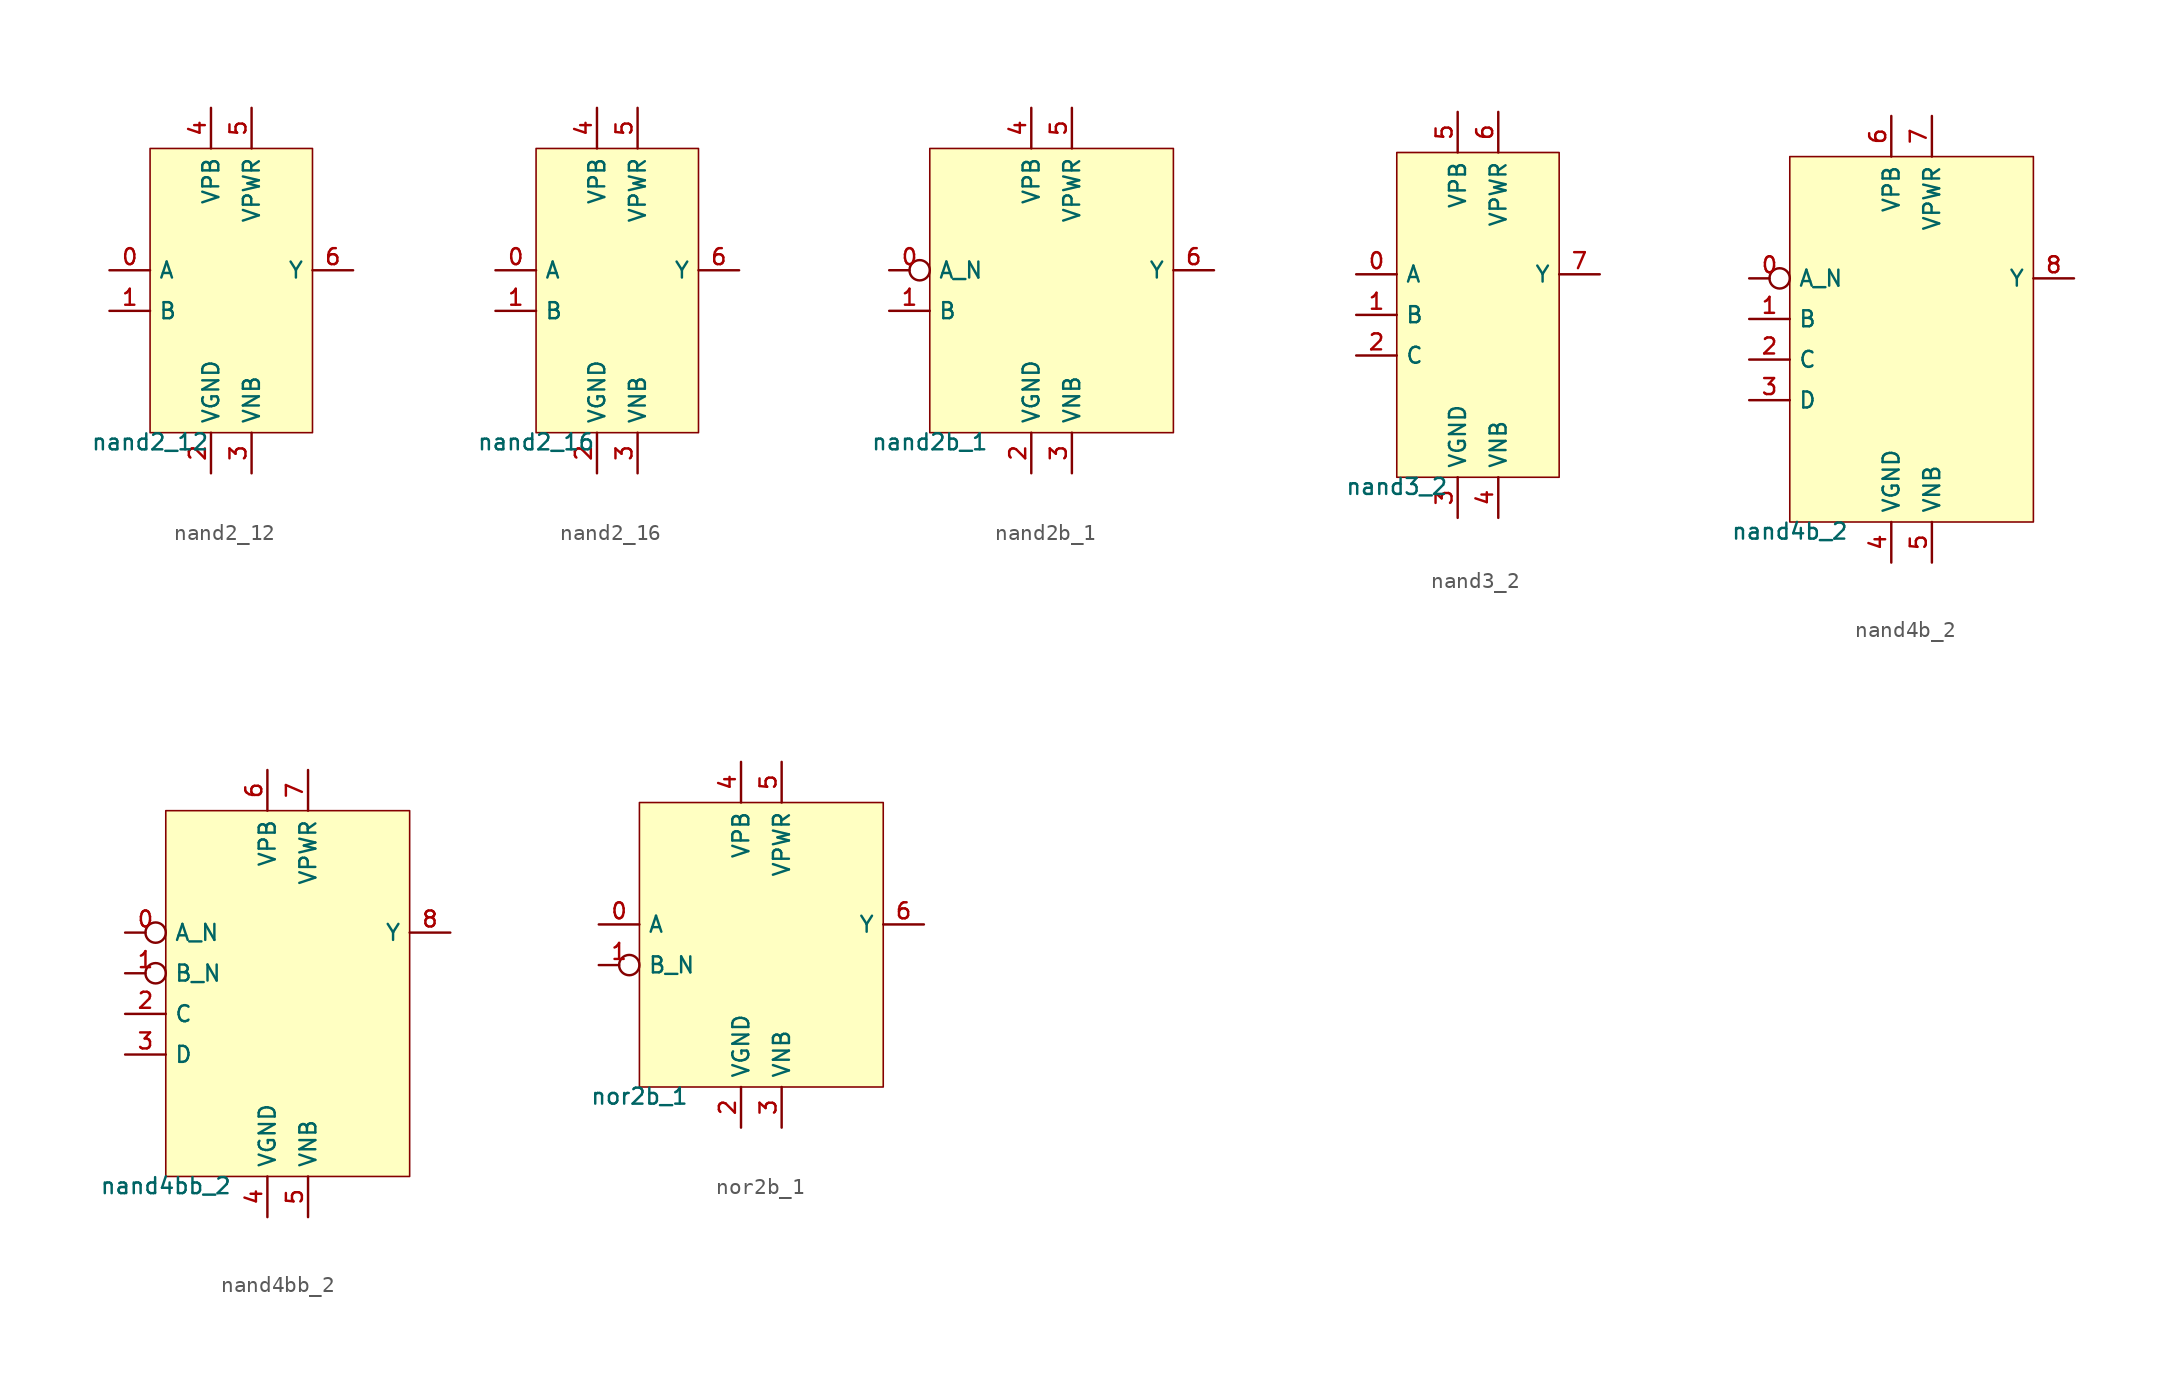
<source format=kicad_sym>
(kicad_symbol_lib
  (version 20211014)
  (generator lef2kicad_sym)
  (symbol "nand2_12"
    (property "Reference" "CELL"
      (at 0 0 0)
      (effects (font (size 1 1)) hide))
    (property "Value" "nand2_12"
      (at -5.08 -8.89 0)
      (effects (font (size 1 1)) (justify top)))
    (rectangle
      (start -5.08 -8.89)
      (end 5.08 8.89)
      (stroke (width 0.1) (type solid) (color 0 0 0 0))
      (fill (type background)))
    (pin input line
      (at -7.62 1.27 0)
      (length 2.54)
      (name "A" (effects (font (size 1 1)) hide))
      (number "0" (effects (font (size 1 1)) hide)))
    (pin input line
      (at -7.62 -1.27 0)
      (length 2.54)
      (name "B" (effects (font (size 1 1)) hide))
      (number "1" (effects (font (size 1 1)) hide)))
    (pin power_in line
      (at -1.27 -11.43 90)
      (length 2.54)
      (name "VGND" (effects (font (size 1 1)) hide))
      (number "2" (effects (font (size 1 1)) hide)))
    (pin power_in line
      (at 1.27 -11.43 90)
      (length 2.54)
      (name "VNB" (effects (font (size 1 1)) hide))
      (number "3" (effects (font (size 1 1)) hide)))
    (pin power_in line
      (at -1.27 11.43 270)
      (length 2.54)
      (name "VPB" (effects (font (size 1 1)) hide))
      (number "4" (effects (font (size 1 1)) hide)))
    (pin power_in line
      (at 1.27 11.43 270)
      (length 2.54)
      (name "VPWR" (effects (font (size 1 1)) hide))
      (number "5" (effects (font (size 1 1)) hide)))
    (pin output line
      (at 7.62 1.27 180)
      (length 2.54)
      (name "Y" (effects (font (size 1 1)) hide))
      (number "6" (effects (font (size 1 1)) hide))))
  (symbol "nand2_16"
    (property "Reference" "CELL"
      (at 0 0 0)
      (effects (font (size 1 1)) hide))
    (property "Value" "nand2_16"
      (at -5.08 -8.89 0)
      (effects (font (size 1 1)) (justify top)))
    (rectangle
      (start -5.08 -8.89)
      (end 5.08 8.89)
      (stroke (width 0.1) (type solid) (color 0 0 0 0))
      (fill (type background)))
    (pin input line
      (at -7.62 1.27 0)
      (length 2.54)
      (name "A" (effects (font (size 1 1)) hide))
      (number "0" (effects (font (size 1 1)) hide)))
    (pin input line
      (at -7.62 -1.27 0)
      (length 2.54)
      (name "B" (effects (font (size 1 1)) hide))
      (number "1" (effects (font (size 1 1)) hide)))
    (pin power_in line
      (at -1.27 -11.43 90)
      (length 2.54)
      (name "VGND" (effects (font (size 1 1)) hide))
      (number "2" (effects (font (size 1 1)) hide)))
    (pin power_in line
      (at 1.27 -11.43 90)
      (length 2.54)
      (name "VNB" (effects (font (size 1 1)) hide))
      (number "3" (effects (font (size 1 1)) hide)))
    (pin power_in line
      (at -1.27 11.43 270)
      (length 2.54)
      (name "VPB" (effects (font (size 1 1)) hide))
      (number "4" (effects (font (size 1 1)) hide)))
    (pin power_in line
      (at 1.27 11.43 270)
      (length 2.54)
      (name "VPWR" (effects (font (size 1 1)) hide))
      (number "5" (effects (font (size 1 1)) hide)))
    (pin output line
      (at 7.62 1.27 180)
      (length 2.54)
      (name "Y" (effects (font (size 1 1)) hide))
      (number "6" (effects (font (size 1 1)) hide))))
  (symbol "nand2b_1"
    (property "Reference" "CELL"
      (at 0 0 0)
      (effects (font (size 1 1)) hide))
    (property "Value" "nand2b_1"
      (at -7.62 -8.89 0)
      (effects (font (size 1 1)) (justify top)))
    (rectangle
      (start -7.62 -8.89)
      (end 7.62 8.89)
      (stroke (width 0.1) (type solid) (color 0 0 0 0))
      (fill (type background)))
    (pin input inverted
      (at -10.16 1.27 0)
      (length 2.54)
      (name "A_N" (effects (font (size 1 1)) hide))
      (number "0" (effects (font (size 1 1)) hide)))
    (pin input line
      (at -10.16 -1.27 0)
      (length 2.54)
      (name "B" (effects (font (size 1 1)) hide))
      (number "1" (effects (font (size 1 1)) hide)))
    (pin power_in line
      (at -1.27 -11.43 90)
      (length 2.54)
      (name "VGND" (effects (font (size 1 1)) hide))
      (number "2" (effects (font (size 1 1)) hide)))
    (pin power_in line
      (at 1.27 -11.43 90)
      (length 2.54)
      (name "VNB" (effects (font (size 1 1)) hide))
      (number "3" (effects (font (size 1 1)) hide)))
    (pin power_in line
      (at -1.27 11.43 270)
      (length 2.54)
      (name "VPB" (effects (font (size 1 1)) hide))
      (number "4" (effects (font (size 1 1)) hide)))
    (pin power_in line
      (at 1.27 11.43 270)
      (length 2.54)
      (name "VPWR" (effects (font (size 1 1)) hide))
      (number "5" (effects (font (size 1 1)) hide)))
    (pin output line
      (at 10.16 1.27 180)
      (length 2.54)
      (name "Y" (effects (font (size 1 1)) hide))
      (number "6" (effects (font (size 1 1)) hide))))
  (symbol "nand3_2"
    (property "Reference" "CELL"
      (at 0 0 0)
      (effects (font (size 1 1)) hide))
    (property "Value" "nand3_2"
      (at -5.08 -10.16 0)
      (effects (font (size 1 1)) (justify top)))
    (rectangle
      (start -5.08 -10.16)
      (end 5.08 10.16)
      (stroke (width 0.1) (type solid) (color 0 0 0 0))
      (fill (type background)))
    (pin input line
      (at -7.62 2.54 0)
      (length 2.54)
      (name "A" (effects (font (size 1 1)) hide))
      (number "0" (effects (font (size 1 1)) hide)))
    (pin input line
      (at -7.62 0.0 0)
      (length 2.54)
      (name "B" (effects (font (size 1 1)) hide))
      (number "1" (effects (font (size 1 1)) hide)))
    (pin input line
      (at -7.62 -2.54 0)
      (length 2.54)
      (name "C" (effects (font (size 1 1)) hide))
      (number "2" (effects (font (size 1 1)) hide)))
    (pin power_in line
      (at -1.27 -12.7 90)
      (length 2.54)
      (name "VGND" (effects (font (size 1 1)) hide))
      (number "3" (effects (font (size 1 1)) hide)))
    (pin power_in line
      (at 1.27 -12.7 90)
      (length 2.54)
      (name "VNB" (effects (font (size 1 1)) hide))
      (number "4" (effects (font (size 1 1)) hide)))
    (pin power_in line
      (at -1.27 12.7 270)
      (length 2.54)
      (name "VPB" (effects (font (size 1 1)) hide))
      (number "5" (effects (font (size 1 1)) hide)))
    (pin power_in line
      (at 1.27 12.7 270)
      (length 2.54)
      (name "VPWR" (effects (font (size 1 1)) hide))
      (number "6" (effects (font (size 1 1)) hide)))
    (pin output line
      (at 7.62 2.54 180)
      (length 2.54)
      (name "Y" (effects (font (size 1 1)) hide))
      (number "7" (effects (font (size 1 1)) hide))))
  (symbol "nand4b_2"
    (property "Reference" "CELL"
      (at 0 0 0)
      (effects (font (size 1 1)) hide))
    (property "Value" "nand4b_2"
      (at -7.62 -11.43 0)
      (effects (font (size 1 1)) (justify top)))
    (rectangle
      (start -7.62 -11.43)
      (end 7.62 11.43)
      (stroke (width 0.1) (type solid) (color 0 0 0 0))
      (fill (type background)))
    (pin input inverted
      (at -10.16 3.81 0)
      (length 2.54)
      (name "A_N" (effects (font (size 1 1)) hide))
      (number "0" (effects (font (size 1 1)) hide)))
    (pin input line
      (at -10.16 1.27 0)
      (length 2.54)
      (name "B" (effects (font (size 1 1)) hide))
      (number "1" (effects (font (size 1 1)) hide)))
    (pin input line
      (at -10.16 -1.27 0)
      (length 2.54)
      (name "C" (effects (font (size 1 1)) hide))
      (number "2" (effects (font (size 1 1)) hide)))
    (pin input line
      (at -10.16 -3.81 0)
      (length 2.54)
      (name "D" (effects (font (size 1 1)) hide))
      (number "3" (effects (font (size 1 1)) hide)))
    (pin power_in line
      (at -1.27 -13.97 90)
      (length 2.54)
      (name "VGND" (effects (font (size 1 1)) hide))
      (number "4" (effects (font (size 1 1)) hide)))
    (pin power_in line
      (at 1.27 -13.97 90)
      (length 2.54)
      (name "VNB" (effects (font (size 1 1)) hide))
      (number "5" (effects (font (size 1 1)) hide)))
    (pin power_in line
      (at -1.27 13.97 270)
      (length 2.54)
      (name "VPB" (effects (font (size 1 1)) hide))
      (number "6" (effects (font (size 1 1)) hide)))
    (pin power_in line
      (at 1.27 13.97 270)
      (length 2.54)
      (name "VPWR" (effects (font (size 1 1)) hide))
      (number "7" (effects (font (size 1 1)) hide)))
    (pin output line
      (at 10.16 3.81 180)
      (length 2.54)
      (name "Y" (effects (font (size 1 1)) hide))
      (number "8" (effects (font (size 1 1)) hide))))
  (symbol "nand4bb_2"
    (property "Reference" "CELL"
      (at 0 0 0)
      (effects (font (size 1 1)) hide))
    (property "Value" "nand4bb_2"
      (at -7.62 -11.43 0)
      (effects (font (size 1 1)) (justify top)))
    (rectangle
      (start -7.62 -11.43)
      (end 7.62 11.43)
      (stroke (width 0.1) (type solid) (color 0 0 0 0))
      (fill (type background)))
    (pin input inverted
      (at -10.16 3.81 0)
      (length 2.54)
      (name "A_N" (effects (font (size 1 1)) hide))
      (number "0" (effects (font (size 1 1)) hide)))
    (pin input inverted
      (at -10.16 1.27 0)
      (length 2.54)
      (name "B_N" (effects (font (size 1 1)) hide))
      (number "1" (effects (font (size 1 1)) hide)))
    (pin input line
      (at -10.16 -1.27 0)
      (length 2.54)
      (name "C" (effects (font (size 1 1)) hide))
      (number "2" (effects (font (size 1 1)) hide)))
    (pin input line
      (at -10.16 -3.81 0)
      (length 2.54)
      (name "D" (effects (font (size 1 1)) hide))
      (number "3" (effects (font (size 1 1)) hide)))
    (pin power_in line
      (at -1.27 -13.97 90)
      (length 2.54)
      (name "VGND" (effects (font (size 1 1)) hide))
      (number "4" (effects (font (size 1 1)) hide)))
    (pin power_in line
      (at 1.27 -13.97 90)
      (length 2.54)
      (name "VNB" (effects (font (size 1 1)) hide))
      (number "5" (effects (font (size 1 1)) hide)))
    (pin power_in line
      (at -1.27 13.97 270)
      (length 2.54)
      (name "VPB" (effects (font (size 1 1)) hide))
      (number "6" (effects (font (size 1 1)) hide)))
    (pin power_in line
      (at 1.27 13.97 270)
      (length 2.54)
      (name "VPWR" (effects (font (size 1 1)) hide))
      (number "7" (effects (font (size 1 1)) hide)))
    (pin output line
      (at 10.16 3.81 180)
      (length 2.54)
      (name "Y" (effects (font (size 1 1)) hide))
      (number "8" (effects (font (size 1 1)) hide))))
  (symbol "nor2b_1"
    (property "Reference" "CELL"
      (at 0 0 0)
      (effects (font (size 1 1)) hide))
    (property "Value" "nor2b_1"
      (at -7.62 -8.89 0)
      (effects (font (size 1 1)) (justify top)))
    (rectangle
      (start -7.62 -8.89)
      (end 7.62 8.89)
      (stroke (width 0.1) (type solid) (color 0 0 0 0))
      (fill (type background)))
    (pin input line
      (at -10.16 1.27 0)
      (length 2.54)
      (name "A" (effects (font (size 1 1)) hide))
      (number "0" (effects (font (size 1 1)) hide)))
    (pin input inverted
      (at -10.16 -1.27 0)
      (length 2.54)
      (name "B_N" (effects (font (size 1 1)) hide))
      (number "1" (effects (font (size 1 1)) hide)))
    (pin power_in line
      (at -1.27 -11.43 90)
      (length 2.54)
      (name "VGND" (effects (font (size 1 1)) hide))
      (number "2" (effects (font (size 1 1)) hide)))
    (pin power_in line
      (at 1.27 -11.43 90)
      (length 2.54)
      (name "VNB" (effects (font (size 1 1)) hide))
      (number "3" (effects (font (size 1 1)) hide)))
    (pin power_in line
      (at -1.27 11.43 270)
      (length 2.54)
      (name "VPB" (effects (font (size 1 1)) hide))
      (number "4" (effects (font (size 1 1)) hide)))
    (pin power_in line
      (at 1.27 11.43 270)
      (length 2.54)
      (name "VPWR" (effects (font (size 1 1)) hide))
      (number "5" (effects (font (size 1 1)) hide)))
    (pin output line
      (at 10.16 1.27 180)
      (length 2.54)
      (name "Y" (effects (font (size 1 1)) hide))
      (number "6" (effects (font (size 1 1)) hide)))))
</source>
